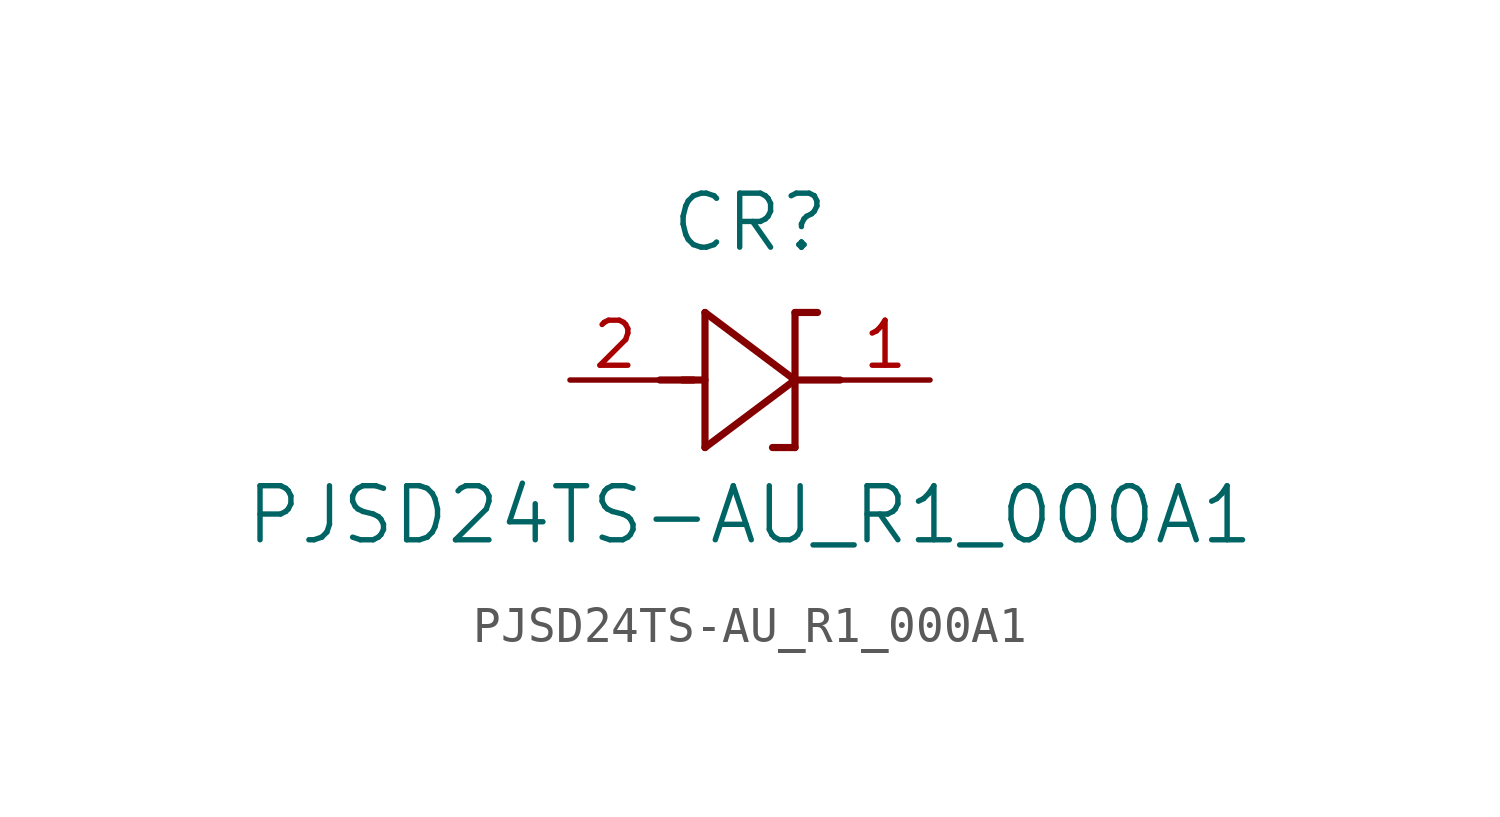
<source format=kicad_sym>
(kicad_symbol_lib
  (version 20211014)
  (generator kicad_symbol_editor)
  (symbol "PJSD24TS-AU_R1_000A1"
    (pin_names
      (offset 0.254))
    (property "Reference" "CR"
      (at 5.08 4.445 0)
      (effects (font (size 1.524 1.524))))
    (property "Value" "PJSD24TS-AU_R1_000A1"
      (at 5.08 -3.81 0)
      (effects (font (size 1.524 1.524))))
    (symbol "PJSD24TS-AU_R1_000A1_0_1"
      (polyline (pts (xy 2.54 0) (xy 3.48 0)) (stroke (width 0.203) (type default) (color 0 0 0 0)) (fill (type none)))
      (polyline (pts (xy 3.175 0) (xy 3.81 0)) (stroke (width 0.203) (type default) (color 0 0 0 0)) (fill (type none)))
      (polyline (pts (xy 3.81 -1.905) (xy 6.35 0)) (stroke (width 0.203) (type default) (color 0 0 0 0)) (fill (type none)))
      (polyline (pts (xy 6.35 -1.905) (xy 5.715 -1.905)) (stroke (width 0.203) (type default) (color 0 0 0 0)) (fill (type none)))
      (polyline (pts (xy 6.35 1.905) (xy 6.985 1.905)) (stroke (width 0.203) (type default) (color 0 0 0 0)) (fill (type none)))
      (polyline (pts (xy 3.81 1.905) (xy 3.81 -1.905)) (stroke (width 0.203) (type default) (color 0 0 0 0)) (fill (type none)))
      (polyline (pts (xy 6.35 -1.905) (xy 6.35 1.905)) (stroke (width 0.203) (type default) (color 0 0 0 0)) (fill (type none)))
      (polyline (pts (xy 6.35 0) (xy 3.81 1.905)) (stroke (width 0.203) (type default) (color 0 0 0 0)) (fill (type none)))
      (polyline (pts (xy 6.35 0) (xy 7.62 0)) (stroke (width 0.203) (type default) (color 0 0 0 0)) (fill (type none)))
      (pin unspecified line (at 10.16 0 180) (length 2.54) (name "" (effects (font (size 1.27 1.27)))) (number "1" (effects (font (size 1.27 1.27)))))
      (pin unspecified line (at 0 0 0) (length 2.54) (name "" (effects (font (size 1.27 1.27)))) (number "2" (effects (font (size 1.27 1.27))))))))
</source>
